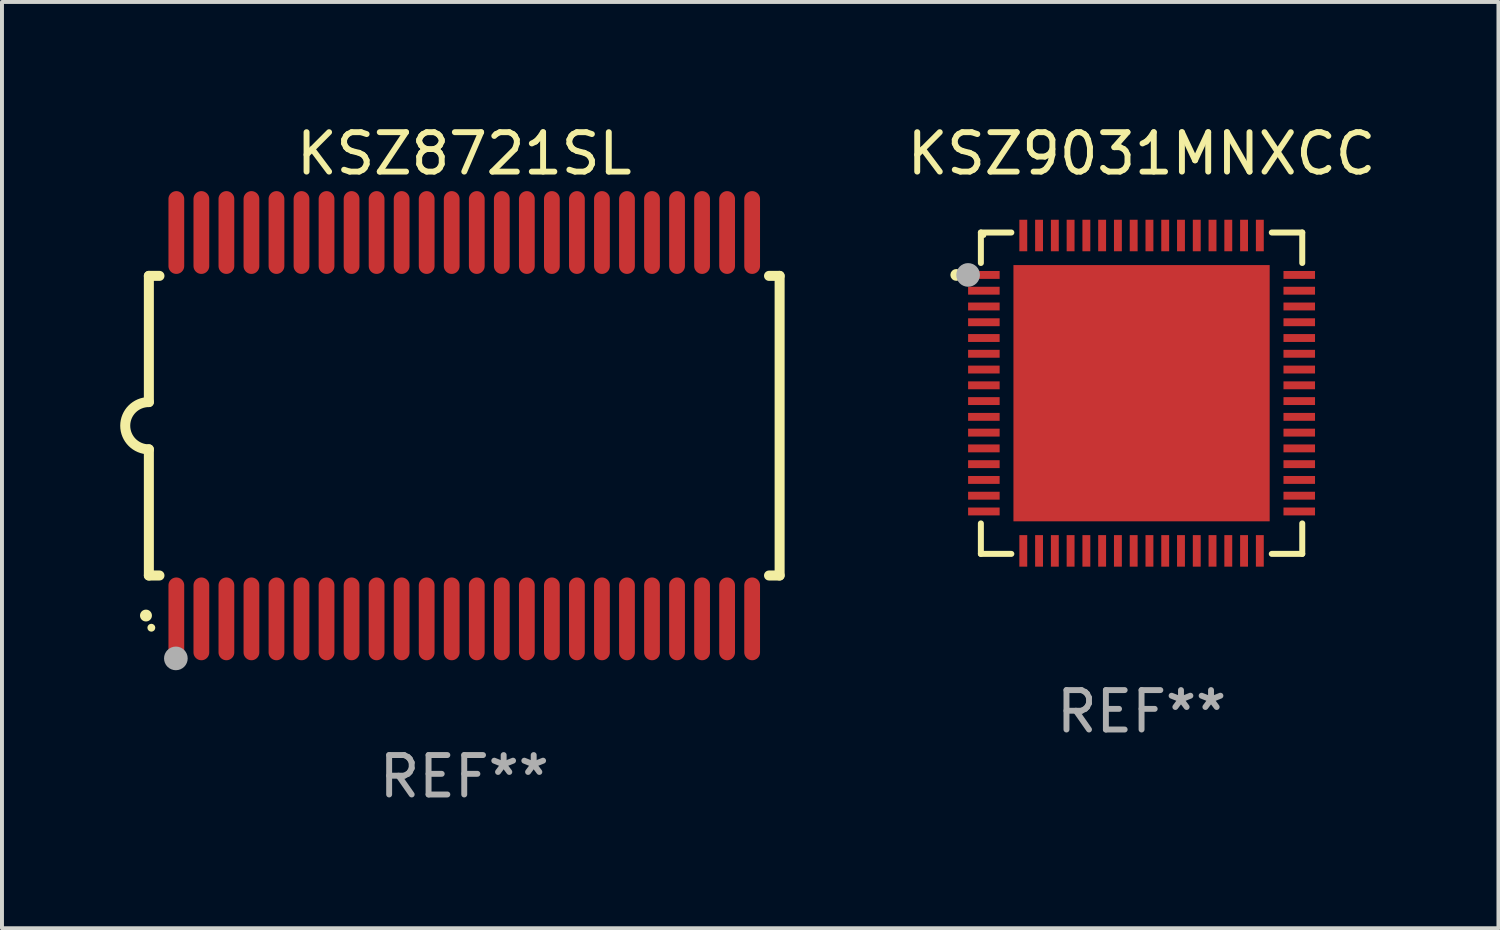
<source format=kicad_pcb>
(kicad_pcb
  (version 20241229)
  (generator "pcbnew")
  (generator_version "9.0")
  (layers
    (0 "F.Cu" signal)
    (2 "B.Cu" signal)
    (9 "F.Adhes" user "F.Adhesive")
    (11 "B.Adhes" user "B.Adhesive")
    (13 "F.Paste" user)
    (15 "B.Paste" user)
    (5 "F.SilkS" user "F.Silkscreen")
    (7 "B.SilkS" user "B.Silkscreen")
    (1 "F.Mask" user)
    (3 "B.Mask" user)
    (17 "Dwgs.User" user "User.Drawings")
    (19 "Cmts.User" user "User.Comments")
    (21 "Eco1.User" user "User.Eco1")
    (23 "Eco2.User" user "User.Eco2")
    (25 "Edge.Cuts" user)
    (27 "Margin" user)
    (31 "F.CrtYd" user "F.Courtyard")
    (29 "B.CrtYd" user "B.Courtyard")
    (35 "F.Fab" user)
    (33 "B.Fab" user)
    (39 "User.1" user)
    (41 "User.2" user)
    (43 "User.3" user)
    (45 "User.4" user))
  (footprint "KSZ8721SL"
    (layer "F.Cu")
    (at 8.726 7.748)
    (property "Reference" "KSZ8721SL" (at 0 -6.9 0) (layer "F.SilkS") (effects (font (size 1 1) (thickness 0.15))))
    (attr through_hole)
    (fp_line (start -8 -3.8) (end -8 -0.599) (stroke (width 0.254) (type solid)) (layer "F.SilkS"))
    (fp_line (start -8 -3.8) (end -7.731 -3.8) (stroke (width 0.254) (type solid)) (layer "F.SilkS"))
    (fp_line (start -8 3.8) (end -8 0.599) (stroke (width 0.254) (type solid)) (layer "F.SilkS"))
    (fp_line (start -7.731 3.8) (end -8 3.8) (stroke (width 0.254) (type solid)) (layer "F.SilkS"))
    (fp_line (start 7.731 -3.8) (end 8 -3.8) (stroke (width 0.254) (type solid)) (layer "F.SilkS"))
    (fp_line (start 8 -3.8) (end 8 3.8) (stroke (width 0.254) (type solid)) (layer "F.SilkS"))
    (fp_line (start 8 3.8) (end 7.731 3.8) (stroke (width 0.254) (type solid)) (layer "F.SilkS"))
    (fp_arc (start -8.074676 4.81585) (mid -8.073406 4.815845) (end -8.072136 4.81585) (stroke (width 0.3) (type solid)) (layer "F.SilkS"))
    (fp_arc (start -8.000025 0.6) (mid -8.598908 0.00056) (end -8.000027 -0.598882) (stroke (width 0.254001) (type solid)) (layer "F.SilkS"))
    (fp_circle (center -7.937 5.125) (end -7.887 5.125) (stroke (width 0.1) (type solid)) (fill no) (layer "F.SilkS"))
    (fp_circle (center -7.315 5.903) (end -7.165 5.903) (stroke (width 0.3) (type solid)) (fill no) (layer "F.Fab"))
    (fp_text user "REF**" (at 0 8.9 0) (layer "F.Fab") (effects (font (size 1 1) (thickness 0.15))))
    (pad "1" smd oval (at -7.303 4.9) (size 0.4 2.1) (layers "F.Cu" "F.Mask" "F.Paste"))
    (pad "2" smd oval (at -6.668 4.9) (size 0.4 2.1) (layers "F.Cu" "F.Mask" "F.Paste"))
    (pad "3" smd oval (at -6.033 4.9) (size 0.4 2.1) (layers "F.Cu" "F.Mask" "F.Paste"))
    (pad "4" smd oval (at -5.398 4.9) (size 0.4 2.1) (layers "F.Cu" "F.Mask" "F.Paste"))
    (pad "5" smd oval (at -4.763 4.9) (size 0.4 2.1) (layers "F.Cu" "F.Mask" "F.Paste"))
    (pad "6" smd oval (at -4.128 4.9) (size 0.4 2.1) (layers "F.Cu" "F.Mask" "F.Paste"))
    (pad "7" smd oval (at -3.493 4.9) (size 0.4 2.1) (layers "F.Cu" "F.Mask" "F.Paste"))
    (pad "8" smd oval (at -2.858 4.9) (size 0.4 2.1) (layers "F.Cu" "F.Mask" "F.Paste"))
    (pad "9" smd oval (at -2.223 4.9) (size 0.4 2.1) (layers "F.Cu" "F.Mask" "F.Paste"))
    (pad "10" smd oval (at -1.588 4.9) (size 0.4 2.1) (layers "F.Cu" "F.Mask" "F.Paste"))
    (pad "11" smd oval (at -0.953 4.9) (size 0.4 2.1) (layers "F.Cu" "F.Mask" "F.Paste"))
    (pad "12" smd oval (at -0.318 4.9) (size 0.4 2.1) (layers "F.Cu" "F.Mask" "F.Paste"))
    (pad "13" smd oval (at 0.318 4.9) (size 0.4 2.1) (layers "F.Cu" "F.Mask" "F.Paste"))
    (pad "14" smd oval (at 0.953 4.9) (size 0.4 2.1) (layers "F.Cu" "F.Mask" "F.Paste"))
    (pad "15" smd oval (at 1.588 4.9) (size 0.4 2.1) (layers "F.Cu" "F.Mask" "F.Paste"))
    (pad "16" smd oval (at 2.223 4.9) (size 0.4 2.1) (layers "F.Cu" "F.Mask" "F.Paste"))
    (pad "17" smd oval (at 2.858 4.9) (size 0.4 2.1) (layers "F.Cu" "F.Mask" "F.Paste"))
    (pad "18" smd oval (at 3.493 4.9) (size 0.4 2.1) (layers "F.Cu" "F.Mask" "F.Paste"))
    (pad "19" smd oval (at 4.128 4.9) (size 0.4 2.1) (layers "F.Cu" "F.Mask" "F.Paste"))
    (pad "20" smd oval (at 4.763 4.9) (size 0.4 2.1) (layers "F.Cu" "F.Mask" "F.Paste"))
    (pad "21" smd oval (at 5.398 4.9) (size 0.4 2.1) (layers "F.Cu" "F.Mask" "F.Paste"))
    (pad "22" smd oval (at 6.033 4.9) (size 0.4 2.1) (layers "F.Cu" "F.Mask" "F.Paste"))
    (pad "23" smd oval (at 6.668 4.9) (size 0.4 2.1) (layers "F.Cu" "F.Mask" "F.Paste"))
    (pad "24" smd oval (at 7.303 4.9) (size 0.4 2.1) (layers "F.Cu" "F.Mask" "F.Paste"))
    (pad "25" smd oval (at 7.303 -4.9 180) (size 0.4 2.1) (layers "F.Cu" "F.Mask" "F.Paste"))
    (pad "26" smd oval (at 6.668 -4.9 180) (size 0.4 2.1) (layers "F.Cu" "F.Mask" "F.Paste"))
    (pad "27" smd oval (at 6.033 -4.9 180) (size 0.4 2.1) (layers "F.Cu" "F.Mask" "F.Paste"))
    (pad "28" smd oval (at 5.398 -4.9 180) (size 0.4 2.1) (layers "F.Cu" "F.Mask" "F.Paste"))
    (pad "29" smd oval (at 4.763 -4.9 180) (size 0.4 2.1) (layers "F.Cu" "F.Mask" "F.Paste"))
    (pad "30" smd oval (at 4.128 -4.9 180) (size 0.4 2.1) (layers "F.Cu" "F.Mask" "F.Paste"))
    (pad "31" smd oval (at 3.493 -4.9 180) (size 0.4 2.1) (layers "F.Cu" "F.Mask" "F.Paste"))
    (pad "32" smd oval (at 2.858 -4.9 180) (size 0.4 2.1) (layers "F.Cu" "F.Mask" "F.Paste"))
    (pad "33" smd oval (at 2.223 -4.9 180) (size 0.4 2.1) (layers "F.Cu" "F.Mask" "F.Paste"))
    (pad "34" smd oval (at 1.588 -4.9 180) (size 0.4 2.1) (layers "F.Cu" "F.Mask" "F.Paste"))
    (pad "35" smd oval (at 0.953 -4.9 180) (size 0.4 2.1) (layers "F.Cu" "F.Mask" "F.Paste"))
    (pad "36" smd oval (at 0.318 -4.9 180) (size 0.4 2.1) (layers "F.Cu" "F.Mask" "F.Paste"))
    (pad "37" smd oval (at -0.318 -4.9 180) (size 0.4 2.1) (layers "F.Cu" "F.Mask" "F.Paste"))
    (pad "38" smd oval (at -0.953 -4.9 180) (size 0.4 2.1) (layers "F.Cu" "F.Mask" "F.Paste"))
    (pad "39" smd oval (at -1.588 -4.9 180) (size 0.4 2.1) (layers "F.Cu" "F.Mask" "F.Paste"))
    (pad "40" smd oval (at -2.223 -4.9 180) (size 0.4 2.1) (layers "F.Cu" "F.Mask" "F.Paste"))
    (pad "41" smd oval (at -2.858 -4.9 180) (size 0.4 2.1) (layers "F.Cu" "F.Mask" "F.Paste"))
    (pad "42" smd oval (at -3.493 -4.9 180) (size 0.4 2.1) (layers "F.Cu" "F.Mask" "F.Paste"))
    (pad "43" smd oval (at -4.128 -4.9 180) (size 0.4 2.1) (layers "F.Cu" "F.Mask" "F.Paste"))
    (pad "44" smd oval (at -4.763 -4.9 180) (size 0.4 2.1) (layers "F.Cu" "F.Mask" "F.Paste"))
    (pad "45" smd oval (at -5.398 -4.9 180) (size 0.4 2.1) (layers "F.Cu" "F.Mask" "F.Paste"))
    (pad "46" smd oval (at -6.033 -4.9 180) (size 0.4 2.1) (layers "F.Cu" "F.Mask" "F.Paste"))
    (pad "47" smd oval (at -6.668 -4.9 180) (size 0.4 2.1) (layers "F.Cu" "F.Mask" "F.Paste"))
    (pad "48" smd oval (at -7.303 -4.9 180) (size 0.4 2.1) (layers "F.Cu" "F.Mask" "F.Paste")))
  (footprint "KSZ9031MNXCC"
    (layer "F.Cu")
    (at 25.907 6.924)
    (property "Reference" "KSZ9031MNXCC" (at 0 -6.076 0) (layer "F.SilkS") (effects (font (size 1 1) (thickness 0.15))))
    (attr through_hole)
    (fp_line (start -4.076 -4.076) (end -3.303 -4.076) (stroke (width 0.152) (type solid)) (layer "F.SilkS"))
    (fp_line (start -4.076 -3.303) (end -4.076 -4.076) (stroke (width 0.152) (type solid)) (layer "F.SilkS"))
    (fp_line (start -4.076 3.303) (end -4.076 4.076) (stroke (width 0.152) (type solid)) (layer "F.SilkS"))
    (fp_line (start -4.076 4.076) (end -3.303 4.076) (stroke (width 0.152) (type solid)) (layer "F.SilkS"))
    (fp_line (start 4.076 -4.076) (end 3.303 -4.076) (stroke (width 0.152) (type solid)) (layer "F.SilkS"))
    (fp_line (start 4.076 -3.303) (end 4.076 -4.076) (stroke (width 0.152) (type solid)) (layer "F.SilkS"))
    (fp_line (start 4.076 3.303) (end 4.076 4.076) (stroke (width 0.152) (type solid)) (layer "F.SilkS"))
    (fp_line (start 4.076 4.076) (end 3.303 4.076) (stroke (width 0.152) (type solid)) (layer "F.SilkS"))
    (fp_circle (center -4.7 -3) (end -4.625 -3) (stroke (width 0.15) (type solid)) (fill no) (layer "F.SilkS"))
    (fp_circle (center -4 -4) (end -3.97 -4) (stroke (width 0.06) (type solid)) (fill no) (layer "F.SilkS"))
    (fp_circle (center -4.4 -3) (end -4.25 -3) (stroke (width 0.3) (type solid)) (fill no) (layer "F.Fab"))
    (fp_text user "REF**" (at 0 8.076 0) (layer "F.Fab") (effects (font (size 1 1) (thickness 0.15))))
    (pad "1" smd rect (at -4 -3) (size 0.8 0.2) (layers "F.Cu" "F.Mask" "F.Paste"))
    (pad "2" smd rect (at -4 -2.6) (size 0.8 0.2) (layers "F.Cu" "F.Mask" "F.Paste"))
    (pad "3" smd rect (at -4 -2.2) (size 0.8 0.2) (layers "F.Cu" "F.Mask" "F.Paste"))
    (pad "4" smd rect (at -4 -1.8) (size 0.8 0.2) (layers "F.Cu" "F.Mask" "F.Paste"))
    (pad "5" smd rect (at -4 -1.4) (size 0.8 0.2) (layers "F.Cu" "F.Mask" "F.Paste"))
    (pad "6" smd rect (at -4 -1) (size 0.8 0.2) (layers "F.Cu" "F.Mask" "F.Paste"))
    (pad "7" smd rect (at -4 -0.6) (size 0.8 0.2) (layers "F.Cu" "F.Mask" "F.Paste"))
    (pad "8" smd rect (at -4 -0.2) (size 0.8 0.2) (layers "F.Cu" "F.Mask" "F.Paste"))
    (pad "9" smd rect (at -4 0.2) (size 0.8 0.2) (layers "F.Cu" "F.Mask" "F.Paste"))
    (pad "10" smd rect (at -4 0.6) (size 0.8 0.2) (layers "F.Cu" "F.Mask" "F.Paste"))
    (pad "11" smd rect (at -4 1) (size 0.8 0.2) (layers "F.Cu" "F.Mask" "F.Paste"))
    (pad "12" smd rect (at -4 1.4) (size 0.8 0.2) (layers "F.Cu" "F.Mask" "F.Paste"))
    (pad "13" smd rect (at -4 1.8) (size 0.8 0.2) (layers "F.Cu" "F.Mask" "F.Paste"))
    (pad "14" smd rect (at -4 2.2) (size 0.8 0.2) (layers "F.Cu" "F.Mask" "F.Paste"))
    (pad "15" smd rect (at -4 2.6) (size 0.8 0.2) (layers "F.Cu" "F.Mask" "F.Paste"))
    (pad "16" smd rect (at -4 3) (size 0.8 0.2) (layers "F.Cu" "F.Mask" "F.Paste"))
    (pad "17" smd rect (at -3 4) (size 0.2 0.8) (layers "F.Cu" "F.Mask" "F.Paste"))
    (pad "18" smd rect (at -2.6 4) (size 0.2 0.8) (layers "F.Cu" "F.Mask" "F.Paste"))
    (pad "19" smd rect (at -2.2 4) (size 0.2 0.8) (layers "F.Cu" "F.Mask" "F.Paste"))
    (pad "20" smd rect (at -1.8 4) (size 0.2 0.8) (layers "F.Cu" "F.Mask" "F.Paste"))
    (pad "21" smd rect (at -1.4 4) (size 0.2 0.8) (layers "F.Cu" "F.Mask" "F.Paste"))
    (pad "22" smd rect (at -1 4) (size 0.2 0.8) (layers "F.Cu" "F.Mask" "F.Paste"))
    (pad "23" smd rect (at -0.6 4) (size 0.2 0.8) (layers "F.Cu" "F.Mask" "F.Paste"))
    (pad "24" smd rect (at -0.2 4) (size 0.2 0.8) (layers "F.Cu" "F.Mask" "F.Paste"))
    (pad "25" smd rect (at 0.2 4) (size 0.2 0.8) (layers "F.Cu" "F.Mask" "F.Paste"))
    (pad "26" smd rect (at 0.6 4) (size 0.2 0.8) (layers "F.Cu" "F.Mask" "F.Paste"))
    (pad "27" smd rect (at 1 4) (size 0.2 0.8) (layers "F.Cu" "F.Mask" "F.Paste"))
    (pad "28" smd rect (at 1.4 4) (size 0.2 0.8) (layers "F.Cu" "F.Mask" "F.Paste"))
    (pad "29" smd rect (at 1.8 4) (size 0.2 0.8) (layers "F.Cu" "F.Mask" "F.Paste"))
    (pad "30" smd rect (at 2.2 4) (size 0.2 0.8) (layers "F.Cu" "F.Mask" "F.Paste"))
    (pad "31" smd rect (at 2.6 4) (size 0.2 0.8) (layers "F.Cu" "F.Mask" "F.Paste"))
    (pad "32" smd rect (at 3 4) (size 0.2 0.8) (layers "F.Cu" "F.Mask" "F.Paste"))
    (pad "33" smd rect (at 4 3) (size 0.8 0.2) (layers "F.Cu" "F.Mask" "F.Paste"))
    (pad "34" smd rect (at 4 2.6) (size 0.8 0.2) (layers "F.Cu" "F.Mask" "F.Paste"))
    (pad "35" smd rect (at 4 2.2) (size 0.8 0.2) (layers "F.Cu" "F.Mask" "F.Paste"))
    (pad "36" smd rect (at 4 1.8) (size 0.8 0.2) (layers "F.Cu" "F.Mask" "F.Paste"))
    (pad "37" smd rect (at 4 1.4) (size 0.8 0.2) (layers "F.Cu" "F.Mask" "F.Paste"))
    (pad "38" smd rect (at 4 1) (size 0.8 0.2) (layers "F.Cu" "F.Mask" "F.Paste"))
    (pad "39" smd rect (at 4 0.6) (size 0.8 0.2) (layers "F.Cu" "F.Mask" "F.Paste"))
    (pad "40" smd rect (at 4 0.2) (size 0.8 0.2) (layers "F.Cu" "F.Mask" "F.Paste"))
    (pad "41" smd rect (at 4 -0.2) (size 0.8 0.2) (layers "F.Cu" "F.Mask" "F.Paste"))
    (pad "42" smd rect (at 4 -0.6) (size 0.8 0.2) (layers "F.Cu" "F.Mask" "F.Paste"))
    (pad "43" smd rect (at 4 -1) (size 0.8 0.2) (layers "F.Cu" "F.Mask" "F.Paste"))
    (pad "44" smd rect (at 4 -1.4) (size 0.8 0.2) (layers "F.Cu" "F.Mask" "F.Paste"))
    (pad "45" smd rect (at 4 -1.8) (size 0.8 0.2) (layers "F.Cu" "F.Mask" "F.Paste"))
    (pad "46" smd rect (at 4 -2.2) (size 0.8 0.2) (layers "F.Cu" "F.Mask" "F.Paste"))
    (pad "47" smd rect (at 4 -2.6) (size 0.8 0.2) (layers "F.Cu" "F.Mask" "F.Paste"))
    (pad "48" smd rect (at 4 -3) (size 0.8 0.2) (layers "F.Cu" "F.Mask" "F.Paste"))
    (pad "49" smd rect (at 3 -4) (size 0.2 0.8) (layers "F.Cu" "F.Mask" "F.Paste"))
    (pad "50" smd rect (at 2.6 -4) (size 0.2 0.8) (layers "F.Cu" "F.Mask" "F.Paste"))
    (pad "51" smd rect (at 2.2 -4) (size 0.2 0.8) (layers "F.Cu" "F.Mask" "F.Paste"))
    (pad "52" smd rect (at 1.8 -4) (size 0.2 0.8) (layers "F.Cu" "F.Mask" "F.Paste"))
    (pad "53" smd rect (at 1.4 -4) (size 0.2 0.8) (layers "F.Cu" "F.Mask" "F.Paste"))
    (pad "54" smd rect (at 1 -4) (size 0.2 0.8) (layers "F.Cu" "F.Mask" "F.Paste"))
    (pad "55" smd rect (at 0.6 -4) (size 0.2 0.8) (layers "F.Cu" "F.Mask" "F.Paste"))
    (pad "56" smd rect (at 0.2 -4) (size 0.2 0.8) (layers "F.Cu" "F.Mask" "F.Paste"))
    (pad "57" smd rect (at -0.2 -4) (size 0.2 0.8) (layers "F.Cu" "F.Mask" "F.Paste"))
    (pad "58" smd rect (at -0.6 -4) (size 0.2 0.8) (layers "F.Cu" "F.Mask" "F.Paste"))
    (pad "59" smd rect (at -1 -4) (size 0.2 0.8) (layers "F.Cu" "F.Mask" "F.Paste"))
    (pad "60" smd rect (at -1.4 -4) (size 0.2 0.8) (layers "F.Cu" "F.Mask" "F.Paste"))
    (pad "61" smd rect (at -1.8 -4) (size 0.2 0.8) (layers "F.Cu" "F.Mask" "F.Paste"))
    (pad "62" smd rect (at -2.2 -4) (size 0.2 0.8) (layers "F.Cu" "F.Mask" "F.Paste"))
    (pad "63" smd rect (at -2.6 -4) (size 0.2 0.8) (layers "F.Cu" "F.Mask" "F.Paste"))
    (pad "64" smd rect (at -3 -4) (size 0.2 0.8) (layers "F.Cu" "F.Mask" "F.Paste"))
    (pad "65" smd rect (at 0 0) (size 6.5 6.5) (layers "F.Cu" "F.Mask" "F.Paste")))
  (gr_rect
    (start -3 -3)
    (end 34.96 20.496)
    (stroke (width 0.1) (type default))
    (fill no)
    (layer "Edge.Cuts")))
</source>
